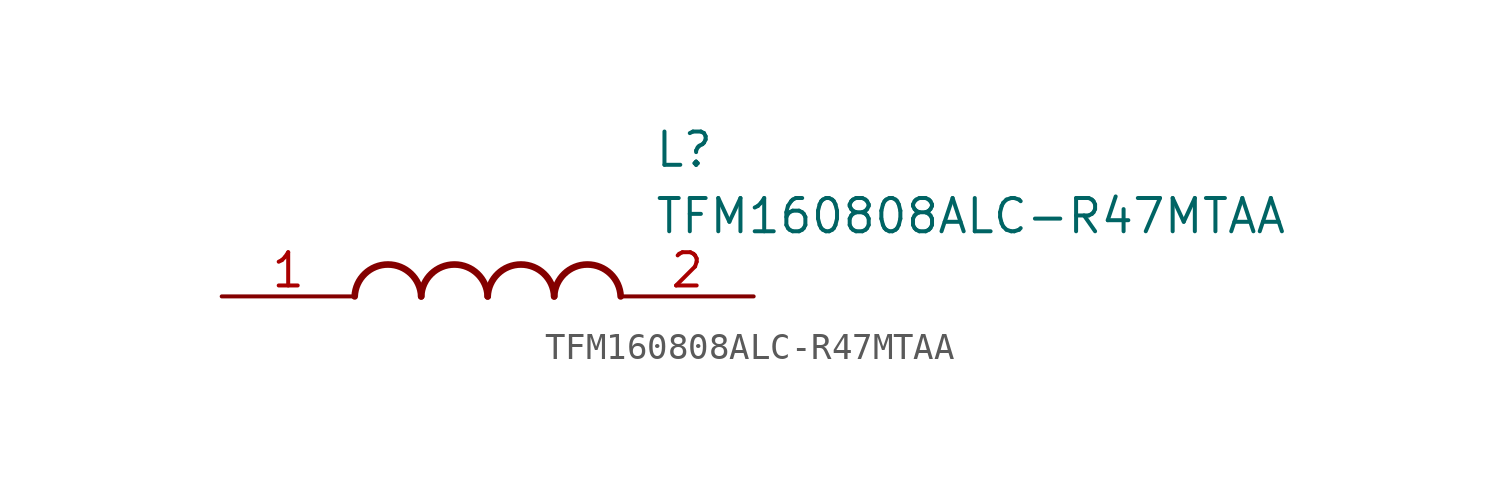
<source format=kicad_sym>
(kicad_symbol_lib
  (version 20211014)
  (generator SamacSys_ECAD_Model)
  (symbol "TFM160808ALC-R47MTAA"
    (pin_names hide)
    (property "Reference" "L"
      (at 16.51 6.35 0)
      (effects (font (size 1.27 1.27)) (justify left top)))
    (property "Value" "TFM160808ALC-R47MTAA"
      (at 16.51 3.81 0)
      (effects (font (size 1.27 1.27)) (justify left top)))
    (arc
      (start 7.62 0)
      (mid 6.35 1.219)
      (end 5.08 0)
      (stroke (width 0.254) (type default))
      (fill (type none)))
    (arc
      (start 10.16 0)
      (mid 8.89 1.219)
      (end 7.62 0)
      (stroke (width 0.254) (type default))
      (fill (type none)))
    (arc
      (start 12.7 0)
      (mid 11.43 1.219)
      (end 10.16 0)
      (stroke (width 0.254) (type default))
      (fill (type none)))
    (arc
      (start 15.24 0)
      (mid 13.97 1.219)
      (end 12.7 0)
      (stroke (width 0.254) (type default))
      (fill (type none)))
    (pin passive line
      (at 0 0 0)
      (length 5.08)
      (name "1" (effects (font (size 1.27 1.27))))
      (number "1" (effects (font (size 1.27 1.27)))))
    (pin passive line
      (at 20.32 0 180)
      (length 5.08)
      (name "2" (effects (font (size 1.27 1.27))))
      (number "2" (effects (font (size 1.27 1.27)))))))
</source>
